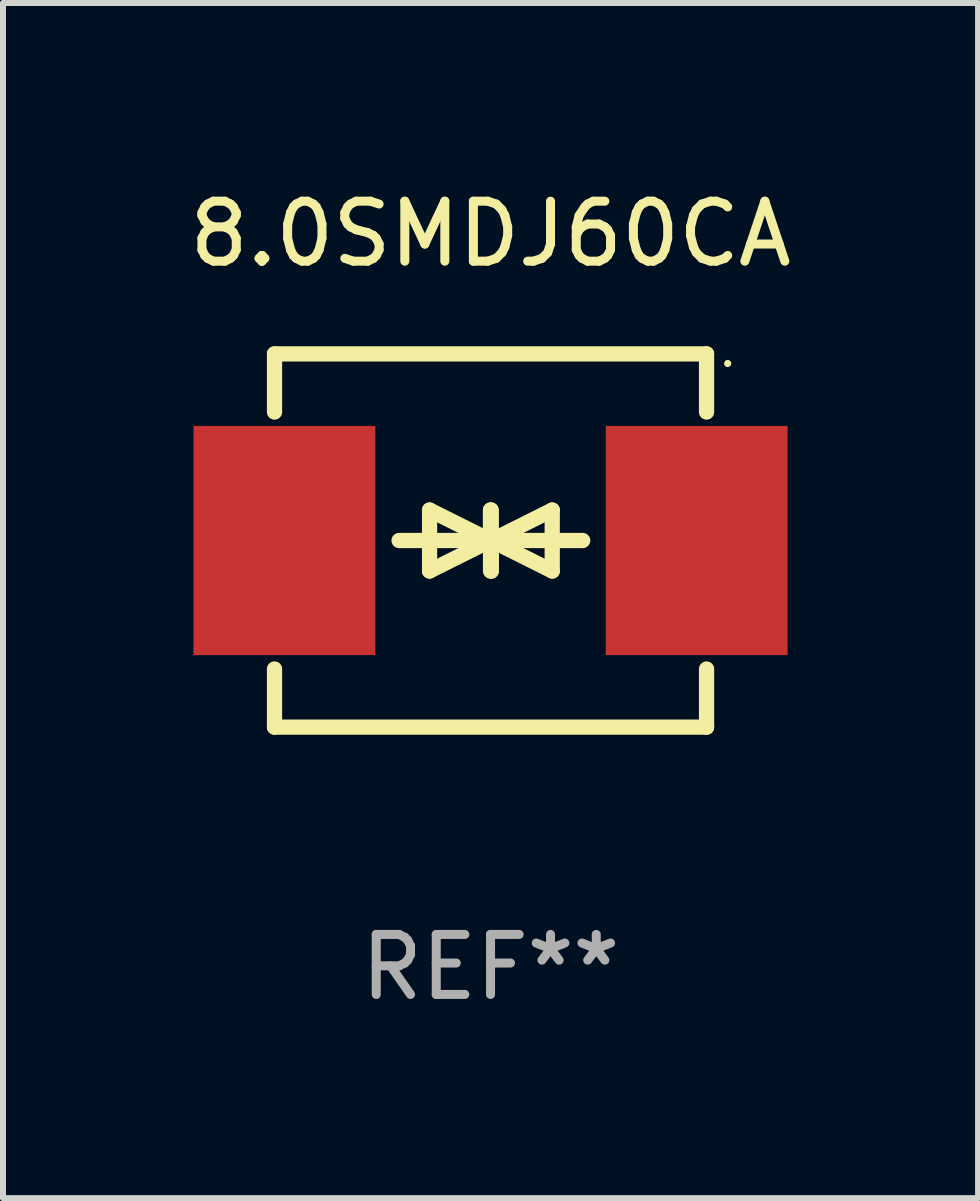
<source format=kicad_pcb>
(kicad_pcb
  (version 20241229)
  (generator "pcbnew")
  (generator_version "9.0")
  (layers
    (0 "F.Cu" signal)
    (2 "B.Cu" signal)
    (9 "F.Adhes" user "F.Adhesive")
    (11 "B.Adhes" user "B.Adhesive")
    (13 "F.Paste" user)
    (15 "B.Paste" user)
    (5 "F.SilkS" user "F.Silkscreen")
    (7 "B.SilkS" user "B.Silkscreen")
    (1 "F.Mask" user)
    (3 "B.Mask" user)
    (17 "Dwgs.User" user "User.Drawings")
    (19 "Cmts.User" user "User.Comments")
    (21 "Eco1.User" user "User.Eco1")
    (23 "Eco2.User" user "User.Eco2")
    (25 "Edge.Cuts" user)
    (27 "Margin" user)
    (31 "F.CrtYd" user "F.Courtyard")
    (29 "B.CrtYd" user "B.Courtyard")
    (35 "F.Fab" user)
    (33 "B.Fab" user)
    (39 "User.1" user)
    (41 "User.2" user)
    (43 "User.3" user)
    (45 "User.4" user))
  (footprint "8.0SMDJ60CA"
    (layer "F.Cu")
    (at 5.125 5.958)
    (property "Reference" "8.0SMDJ60CA" (at 0 -5.11 0) (layer "F.SilkS") (effects (font (size 1 1) (thickness 0.15))))
    (attr through_hole)
    (fp_line (start -3.6 -2.141) (end -3.6 -3.11) (stroke (width 0.254) (type solid)) (layer "F.SilkS"))
    (fp_line (start -3.6 3.11) (end -3.6 2.141) (stroke (width 0.254) (type solid)) (layer "F.SilkS"))
    (fp_line (start -1.524 0) (end 0.508 0) (stroke (width 0.254) (type solid)) (layer "F.SilkS"))
    (fp_line (start -1.016 -0.508) (end -1.016 0.508) (stroke (width 0.254) (type solid)) (layer "F.SilkS"))
    (fp_line (start -1.016 0.508) (end 0 0) (stroke (width 0.254) (type solid)) (layer "F.SilkS"))
    (fp_line (start 0 -0.508) (end 0 0.508) (stroke (width 0.254) (type solid)) (layer "F.SilkS"))
    (fp_line (start 0 0) (end -1.016 -0.508) (stroke (width 0.254) (type solid)) (layer "F.SilkS"))
    (fp_line (start 0 0) (end 0 -0.508) (stroke (width 0.254) (type solid)) (layer "F.SilkS"))
    (fp_line (start 0.012 0) (end 0.012 0.508) (stroke (width 0.254) (type solid)) (layer "F.SilkS"))
    (fp_line (start 0.012 0) (end 1.028 0.508) (stroke (width 0.254) (type solid)) (layer "F.SilkS"))
    (fp_line (start 0.012 0.508) (end 0.012 -0.508) (stroke (width 0.254) (type solid)) (layer "F.SilkS"))
    (fp_line (start 1.028 -0.508) (end 0.012 0) (stroke (width 0.254) (type solid)) (layer "F.SilkS"))
    (fp_line (start 1.028 0.508) (end 1.028 -0.508) (stroke (width 0.254) (type solid)) (layer "F.SilkS"))
    (fp_line (start 1.536 0) (end -0.496 0) (stroke (width 0.254) (type solid)) (layer "F.SilkS"))
    (fp_line (start 3.6 -3.11) (end -3.6 -3.11) (stroke (width 0.254) (type solid)) (layer "F.SilkS"))
    (fp_line (start 3.6 -2.141) (end 3.6 -3.11) (stroke (width 0.254) (type solid)) (layer "F.SilkS"))
    (fp_line (start 3.6 3.11) (end -3.6 3.11) (stroke (width 0.254) (type solid)) (layer "F.SilkS"))
    (fp_line (start 3.6 3.11) (end 3.6 2.141) (stroke (width 0.254) (type solid)) (layer "F.SilkS"))
    (fp_circle (center 3.952 -2.95) (end 3.982 -2.95) (stroke (width 0.06) (type solid)) (fill no) (layer "F.SilkS"))
    (fp_text user "REF**" (at 0 7.11 0) (layer "F.Fab") (effects (font (size 1 1) (thickness 0.15))))
    (pad "1" smd rect (at 3.435 0) (size 3.03 3.82) (layers "F.Cu" "F.Mask" "F.Paste"))
    (pad "2" smd rect (at -3.435 0) (size 3.03 3.82) (layers "F.Cu" "F.Mask" "F.Paste")))
  (gr_rect
    (start -3 -3)
    (end 13.25 16.917)
    (stroke (width 0.1) (type default))
    (fill no)
    (layer "Edge.Cuts")))
</source>
